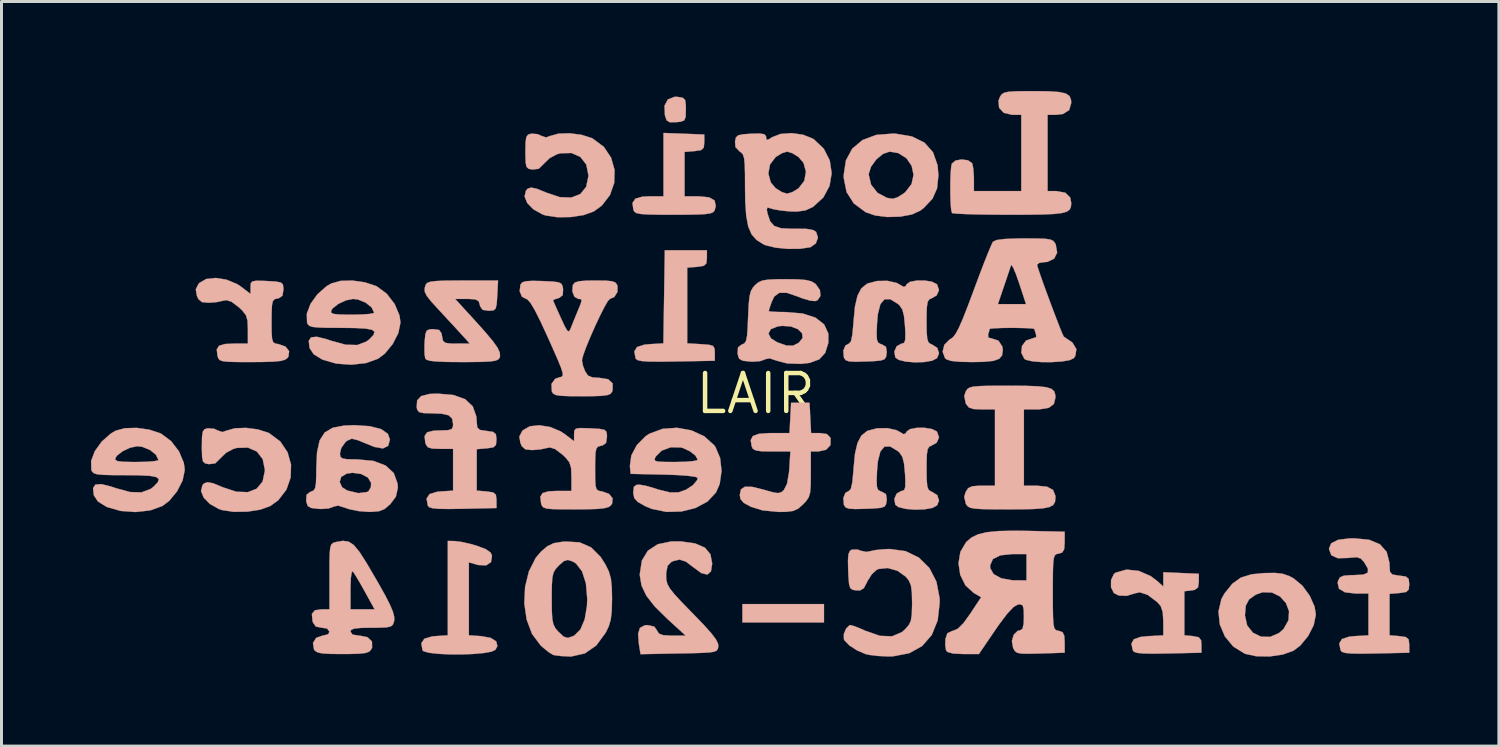
<source format=kicad_pcb>
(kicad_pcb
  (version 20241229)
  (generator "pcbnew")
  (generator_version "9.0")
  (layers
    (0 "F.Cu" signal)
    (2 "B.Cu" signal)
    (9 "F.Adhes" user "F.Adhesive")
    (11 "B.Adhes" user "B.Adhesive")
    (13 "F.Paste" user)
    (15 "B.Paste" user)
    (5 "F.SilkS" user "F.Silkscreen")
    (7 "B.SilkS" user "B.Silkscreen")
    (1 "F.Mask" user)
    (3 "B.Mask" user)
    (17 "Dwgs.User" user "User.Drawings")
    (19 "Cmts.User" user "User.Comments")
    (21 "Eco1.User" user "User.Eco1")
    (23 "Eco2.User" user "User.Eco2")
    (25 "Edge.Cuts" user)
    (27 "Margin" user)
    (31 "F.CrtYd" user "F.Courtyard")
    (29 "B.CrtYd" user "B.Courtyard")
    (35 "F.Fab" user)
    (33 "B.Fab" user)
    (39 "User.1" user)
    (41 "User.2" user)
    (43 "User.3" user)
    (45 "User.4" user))
  (footprint "LAIR"
    (layer "F.Cu")
    (at 22.283 10.147)
    (property "Reference" "LAIR" (at 0 0 0) (layer "F.SilkS") (effects (font (size 1.27 1.27) (thickness 0.15))))
    (attr through_hole)
    (fp_poly (pts (xy 2.293 7.673) (xy -0.441 7.673) (xy -0.441 7.056) (xy 2.293 7.056) (xy 2.293 7.673)) (stroke (width 0.01) (type solid)) (fill yes) (layer "B.SilkS"))
    (fp_poly (pts (xy -2.618 -9.949) (xy -2.445 -9.921) (xy -2.363 -9.846) (xy -2.339 -9.672) (xy -2.337 -9.525) (xy -2.344 -9.28) (xy -2.392 -9.161) (xy -2.519 -9.115) (xy -2.66 -9.101) (xy -2.877 -9.098) (xy -2.983 -9.163) (xy -3.04 -9.336) (xy -3.041 -9.339) (xy -3.053 -9.653) (xy -2.939 -9.864) (xy -2.715 -9.951) (xy -2.618 -9.949)) (stroke (width 0.01) (type solid)) (fill yes) (layer "B.SilkS"))
    (fp_poly (pts (xy -1.632 -4.542) (xy -1.649 -4.367) (xy -1.737 -4.285) (xy -1.946 -4.251) (xy -1.962 -4.25) (xy -2.293 -4.223) (xy -2.293 -1.685) (xy -1.83 -1.658) (xy -1.561 -1.637) (xy -1.423 -1.595) (xy -1.374 -1.504) (xy -1.367 -1.367) (xy -1.367 -1.102) (xy -2.67 -1.078) (xy -3.189 -1.071) (xy -3.557 -1.074) (xy -3.799 -1.089) (xy -3.942 -1.117) (xy -4.011 -1.162) (xy -4.022 -1.183) (xy -4.066 -1.413) (xy -3.975 -1.561) (xy -3.736 -1.64) (xy -3.551 -1.658) (xy -3.091 -1.685) (xy -3.067 -3.246) (xy -3.043 -4.807) (xy -1.632 -4.807) (xy -1.632 -4.542)) (stroke (width 0.01) (type solid)) (fill yes) (layer "B.SilkS"))
    (fp_poly (pts (xy -10.076 4.944) (xy -9.855 4.974) (xy -9.551 5.043) (xy -9.349 5.101) (xy -9.045 5.215) (xy -8.884 5.33) (xy -8.837 5.434) (xy -8.871 5.649) (xy -9.032 5.758) (xy -9.297 5.747) (xy -9.333 5.737) (xy -9.613 5.657) (xy -9.613 8.104) (xy -9.203 8.131) (xy -8.883 8.19) (xy -8.696 8.307) (xy -8.657 8.466) (xy -8.725 8.592) (xy -8.86 8.653) (xy -9.123 8.699) (xy -9.473 8.73) (xy -9.871 8.744) (xy -10.276 8.742) (xy -10.648 8.724) (xy -10.945 8.69) (xy -11.129 8.638) (xy -11.167 8.604) (xy -11.207 8.369) (xy -11.106 8.219) (xy -10.852 8.142) (xy -10.737 8.131) (xy -10.319 8.104) (xy -10.319 4.939) (xy -10.076 4.944)) (stroke (width 0.01) (type solid)) (fill yes) (layer "B.SilkS"))
    (fp_poly (pts (xy -2.403 -8.713) (xy -1.72 -8.687) (xy -1.72 -8.423) (xy -1.737 -8.247) (xy -1.825 -8.165) (xy -2.034 -8.132) (xy -2.051 -8.131) (xy -2.381 -8.103) (xy -2.381 -6.615) (xy -1.902 -6.615) (xy -1.561 -6.581) (xy -1.374 -6.476) (xy -1.334 -6.29) (xy -1.374 -6.142) (xy -1.417 -6.085) (xy -1.511 -6.045) (xy -1.685 -6.019) (xy -1.963 -6.005) (xy -2.373 -5.998) (xy -2.738 -5.997) (xy -3.246 -5.999) (xy -3.605 -6.006) (xy -3.842 -6.022) (xy -3.985 -6.05) (xy -4.06 -6.094) (xy -4.095 -6.156) (xy -4.097 -6.161) (xy -4.127 -6.392) (xy -4.03 -6.535) (xy -3.791 -6.604) (xy -3.562 -6.615) (xy -3.087 -6.615) (xy -3.087 -8.739) (xy -2.403 -8.713)) (stroke (width 0.01) (type solid)) (fill yes) (layer "B.SilkS"))
    (fp_poly (pts (xy 12.844 5.943) (xy 13.245 6.117) (xy 13.472 6.288) (xy 13.67 6.469) (xy 13.67 5.989) (xy 14.265 6.015) (xy 14.861 6.041) (xy 14.861 6.306) (xy 14.834 6.499) (xy 14.72 6.581) (xy 14.618 6.598) (xy 14.376 6.626) (xy 14.376 8.103) (xy 14.662 8.13) (xy 14.861 8.17) (xy 14.938 8.273) (xy 14.949 8.423) (xy 14.949 8.687) (xy 13.823 8.712) (xy 13.344 8.719) (xy 13.014 8.714) (xy 12.806 8.695) (xy 12.692 8.659) (xy 12.647 8.607) (xy 12.601 8.382) (xy 12.681 8.238) (xy 12.905 8.158) (xy 13.164 8.132) (xy 13.67 8.105) (xy 13.67 7.64) (xy 13.652 7.329) (xy 13.585 7.128) (xy 13.472 6.994) (xy 13.147 6.748) (xy 12.882 6.66) (xy 12.706 6.7) (xy 12.439 6.781) (xy 12.175 6.769) (xy 12.012 6.685) (xy 11.917 6.49) (xy 11.919 6.252) (xy 12.011 6.053) (xy 12.077 6) (xy 12.439 5.901) (xy 12.844 5.943)) (stroke (width 0.01) (type solid)) (fill yes) (layer "B.SilkS"))
    (fp_poly (pts (xy 4.686 -8.716) (xy 5.24 -8.623) (xy 5.662 -8.415) (xy 5.949 -8.092) (xy 6.102 -7.655) (xy 6.13 -7.32) (xy 6.085 -6.881) (xy 5.933 -6.537) (xy 5.646 -6.232) (xy 5.524 -6.136) (xy 5.237 -6.005) (xy 4.845 -5.933) (xy 4.413 -5.922) (xy 4.003 -5.974) (xy 3.689 -6.083) (xy 3.293 -6.378) (xy 3.052 -6.755) (xy 2.957 -7.227) (xy 2.955 -7.32) (xy 2.958 -7.347) (xy 3.792 -7.347) (xy 3.873 -7.004) (xy 4.089 -6.731) (xy 4.402 -6.564) (xy 4.601 -6.532) (xy 4.76 -6.582) (xy 4.969 -6.714) (xy 5.02 -6.755) (xy 5.23 -7.027) (xy 5.296 -7.335) (xy 5.233 -7.637) (xy 5.057 -7.894) (xy 4.782 -8.065) (xy 4.497 -8.114) (xy 4.274 -8.039) (xy 4.048 -7.852) (xy 3.871 -7.608) (xy 3.793 -7.363) (xy 3.792 -7.347) (xy 2.958 -7.347) (xy 3.028 -7.817) (xy 3.242 -8.214) (xy 3.586 -8.502) (xy 4.047 -8.674) (xy 4.617 -8.719) (xy 4.686 -8.716)) (stroke (width 0.01) (type solid)) (fill yes) (layer "B.SilkS"))
    (fp_poly (pts (xy 17.681 6.043) (xy 17.903 6.122) (xy 18.036 6.193) (xy 18.33 6.436) (xy 18.578 6.774) (xy 18.742 7.143) (xy 18.785 7.408) (xy 18.714 7.76) (xy 18.526 8.128) (xy 18.262 8.448) (xy 18.036 8.619) (xy 17.68 8.748) (xy 17.238 8.812) (xy 16.79 8.806) (xy 16.413 8.724) (xy 16.404 8.72) (xy 16.019 8.483) (xy 15.735 8.142) (xy 15.564 7.736) (xy 15.533 7.43) (xy 16.407 7.43) (xy 16.407 7.438) (xy 16.482 7.774) (xy 16.674 8.016) (xy 16.943 8.148) (xy 17.248 8.157) (xy 17.549 8.029) (xy 17.705 7.889) (xy 17.868 7.596) (xy 17.886 7.296) (xy 17.782 7.021) (xy 17.583 6.801) (xy 17.315 6.67) (xy 17.003 6.659) (xy 16.774 6.738) (xy 16.548 6.897) (xy 16.436 7.109) (xy 16.407 7.43) (xy 15.533 7.43) (xy 15.521 7.305) (xy 15.618 6.888) (xy 15.721 6.702) (xy 15.984 6.375) (xy 16.27 6.169) (xy 16.629 6.058) (xy 17.048 6.017) (xy 17.419 6.012) (xy 17.681 6.043)) (stroke (width 0.01) (type solid)) (fill yes) (layer "B.SilkS"))
    (fp_poly (pts (xy 1.861 1.323) (xy 2.159 1.323) (xy 2.39 1.356) (xy 2.503 1.47) (xy 2.515 1.504) (xy 2.511 1.726) (xy 2.364 1.882) (xy 2.106 1.94) (xy 1.852 1.94) (xy 1.852 2.697) (xy 1.848 3.069) (xy 1.829 3.312) (xy 1.782 3.475) (xy 1.695 3.604) (xy 1.594 3.711) (xy 1.431 3.855) (xy 1.266 3.932) (xy 1.037 3.963) (xy 0.778 3.967) (xy 0.236 3.915) (xy -0.154 3.795) (xy -0.396 3.664) (xy -0.507 3.533) (xy -0.529 3.397) (xy -0.49 3.21) (xy -0.358 3.122) (xy -0.112 3.126) (xy 0.267 3.22) (xy 0.275 3.222) (xy 0.568 3.306) (xy 0.745 3.336) (xy 0.855 3.311) (xy 0.948 3.235) (xy 1.054 3.025) (xy 1.12 2.651) (xy 1.131 2.515) (xy 1.167 1.94) (xy 0.545 1.94) (xy 0.211 1.934) (xy 0.013 1.907) (xy -0.089 1.851) (xy -0.128 1.776) (xy -0.164 1.561) (xy -0.091 1.423) (xy 0.109 1.349) (xy 0.458 1.323) (xy 0.534 1.323) (xy 1.138 1.323) (xy 1.164 0.816) (xy 1.191 0.309) (xy 1.808 0.309) (xy 1.861 1.323)) (stroke (width 0.01) (type solid)) (fill yes) (layer "B.SilkS"))
    (fp_poly (pts (xy 9.057 -0.261) (xy 9.466 -0.246) (xy 9.746 -0.214) (xy 9.921 -0.159) (xy 10.014 -0.074) (xy 10.05 0.046) (xy 10.054 0.132) (xy 10 0.35) (xy 9.826 0.478) (xy 9.511 0.528) (xy 9.419 0.529) (xy 8.996 0.529) (xy 8.996 3.087) (xy 9.419 3.087) (xy 9.768 3.12) (xy 9.973 3.229) (xy 10.052 3.426) (xy 10.054 3.484) (xy 10.04 3.627) (xy 9.982 3.731) (xy 9.856 3.802) (xy 9.639 3.847) (xy 9.306 3.87) (xy 8.834 3.88) (xy 8.496 3.881) (xy 7.981 3.879) (xy 7.614 3.873) (xy 7.368 3.858) (xy 7.213 3.831) (xy 7.123 3.789) (xy 7.069 3.726) (xy 7.05 3.693) (xy 6.995 3.464) (xy 7.045 3.296) (xy 7.128 3.169) (xy 7.264 3.106) (xy 7.507 3.087) (xy 7.583 3.087) (xy 8.026 3.087) (xy 8.026 0.529) (xy 7.583 0.529) (xy 7.308 0.517) (xy 7.152 0.466) (xy 7.062 0.356) (xy 7.045 0.32) (xy 6.996 0.079) (xy 7.05 -0.077) (xy 7.097 -0.149) (xy 7.168 -0.199) (xy 7.292 -0.233) (xy 7.496 -0.252) (xy 7.808 -0.262) (xy 8.256 -0.264) (xy 8.496 -0.265) (xy 9.057 -0.261)) (stroke (width 0.01) (type solid)) (fill yes) (layer "B.SilkS"))
    (fp_poly (pts (xy -16.688 1.2) (xy -16.343 1.31) (xy -16.309 1.326) (xy -15.936 1.604) (xy -15.691 1.968) (xy -15.575 2.383) (xy -15.588 2.813) (xy -15.731 3.222) (xy -16.003 3.575) (xy -16.272 3.769) (xy -16.61 3.891) (xy -17.042 3.958) (xy -17.493 3.964) (xy -17.886 3.905) (xy -17.992 3.87) (xy -18.297 3.699) (xy -18.504 3.487) (xy -18.593 3.266) (xy -18.546 3.069) (xy -18.489 3.009) (xy -18.375 2.97) (xy -18.189 3.006) (xy -17.893 3.127) (xy -17.866 3.139) (xy -17.41 3.29) (xy -17.024 3.304) (xy -16.724 3.187) (xy -16.528 2.946) (xy -16.453 2.588) (xy -16.452 2.558) (xy -16.524 2.197) (xy -16.722 1.941) (xy -17.02 1.81) (xy -17.389 1.82) (xy -17.508 1.853) (xy -17.756 1.985) (xy -17.944 2.168) (xy -17.946 2.171) (xy -18.117 2.339) (xy -18.328 2.365) (xy -18.455 2.34) (xy -18.526 2.277) (xy -18.557 2.134) (xy -18.565 1.867) (xy -18.565 1.764) (xy -18.56 1.454) (xy -18.535 1.278) (xy -18.477 1.195) (xy -18.372 1.163) (xy -18.362 1.162) (xy -18.149 1.18) (xy -18.037 1.234) (xy -17.874 1.289) (xy -17.739 1.241) (xy -17.456 1.162) (xy -17.083 1.149) (xy -16.688 1.2)) (stroke (width 0.01) (type solid)) (fill yes) (layer "B.SilkS"))
    (fp_poly (pts (xy -5.84 -8.678) (xy -5.495 -8.568) (xy -5.461 -8.551) (xy -5.088 -8.274) (xy -4.844 -7.91) (xy -4.727 -7.495) (xy -4.74 -7.065) (xy -4.883 -6.656) (xy -5.156 -6.303) (xy -5.424 -6.109) (xy -5.762 -5.987) (xy -6.194 -5.92) (xy -6.645 -5.914) (xy -7.038 -5.973) (xy -7.144 -6.008) (xy -7.45 -6.179) (xy -7.656 -6.391) (xy -7.745 -6.612) (xy -7.698 -6.808) (xy -7.641 -6.869) (xy -7.528 -6.908) (xy -7.341 -6.871) (xy -7.045 -6.751) (xy -7.018 -6.739) (xy -6.562 -6.587) (xy -6.176 -6.574) (xy -5.876 -6.691) (xy -5.68 -6.932) (xy -5.605 -7.29) (xy -5.604 -7.32) (xy -5.676 -7.681) (xy -5.875 -7.936) (xy -6.172 -8.068) (xy -6.541 -8.058) (xy -6.66 -8.025) (xy -6.908 -7.893) (xy -7.096 -7.71) (xy -7.098 -7.707) (xy -7.269 -7.539) (xy -7.48 -7.513) (xy -7.607 -7.537) (xy -7.678 -7.6) (xy -7.709 -7.744) (xy -7.717 -8.011) (xy -7.717 -8.114) (xy -7.712 -8.424) (xy -7.687 -8.6) (xy -7.629 -8.683) (xy -7.524 -8.715) (xy -7.514 -8.716) (xy -7.301 -8.698) (xy -7.189 -8.644) (xy -7.026 -8.589) (xy -6.891 -8.637) (xy -6.608 -8.716) (xy -6.235 -8.728) (xy -5.84 -8.678)) (stroke (width 0.01) (type solid)) (fill yes) (layer "B.SilkS"))
    (fp_poly (pts (xy -2.501 4.956) (xy -2.024 5.024) (xy -1.699 5.165) (xy -1.514 5.386) (xy -1.455 5.697) (xy -1.496 5.961) (xy -1.617 6.068) (xy -1.817 6.018) (xy -2.078 5.828) (xy -2.339 5.631) (xy -2.551 5.564) (xy -2.765 5.616) (xy -2.828 5.648) (xy -2.949 5.772) (xy -2.996 6.002) (xy -2.999 6.101) (xy -2.991 6.252) (xy -2.956 6.387) (xy -2.874 6.534) (xy -2.727 6.72) (xy -2.494 6.973) (xy -2.157 7.319) (xy -2.109 7.368) (xy -1.741 7.749) (xy -1.488 8.031) (xy -1.332 8.235) (xy -1.259 8.382) (xy -1.249 8.479) (xy -1.266 8.56) (xy -1.307 8.617) (xy -1.4 8.656) (xy -1.572 8.68) (xy -1.851 8.695) (xy -2.262 8.706) (xy -2.568 8.711) (xy -3.857 8.736) (xy -3.913 8.388) (xy -3.939 8.053) (xy -3.877 7.855) (xy -3.717 7.769) (xy -3.612 7.761) (xy -3.393 7.814) (xy -3.307 7.938) (xy -3.243 8.045) (xy -3.106 8.098) (xy -2.848 8.114) (xy -2.798 8.114) (xy -2.344 8.114) (xy -2.968 7.544) (xy -3.384 7.133) (xy -3.663 6.775) (xy -3.822 6.441) (xy -3.88 6.101) (xy -3.881 6.046) (xy -3.813 5.599) (xy -3.611 5.266) (xy -3.281 5.051) (xy -2.824 4.955) (xy -2.501 4.956)) (stroke (width 0.01) (type solid)) (fill yes) (layer "B.SilkS"))
    (fp_poly (pts (xy 9.831 -10.136) (xy 10.178 -10.112) (xy 10.4 -10.062) (xy 10.525 -9.978) (xy 10.576 -9.851) (xy 10.583 -9.745) (xy 10.514 -9.506) (xy 10.306 -9.375) (xy 10.081 -9.349) (xy 9.79 -9.349) (xy 9.79 -6.791) (xy 10.081 -6.791) (xy 10.384 -6.736) (xy 10.55 -6.572) (xy 10.583 -6.394) (xy 10.574 -6.268) (xy 10.533 -6.172) (xy 10.438 -6.102) (xy 10.269 -6.054) (xy 10.006 -6.023) (xy 9.626 -6.006) (xy 9.11 -5.999) (xy 8.508 -5.997) (xy 7.951 -6) (xy 7.456 -6.007) (xy 7.047 -6.019) (xy 6.753 -6.033) (xy 6.6 -6.05) (xy 6.585 -6.056) (xy 6.557 -6.169) (xy 6.538 -6.407) (xy 6.529 -6.721) (xy 6.529 -7.061) (xy 6.539 -7.375) (xy 6.56 -7.614) (xy 6.58 -7.71) (xy 6.701 -7.813) (xy 6.907 -7.851) (xy 7.118 -7.823) (xy 7.257 -7.729) (xy 7.267 -7.71) (xy 7.3 -7.538) (xy 7.319 -7.276) (xy 7.32 -7.181) (xy 7.32 -6.791) (xy 8.908 -6.791) (xy 8.908 -9.349) (xy 8.597 -9.349) (xy 8.324 -9.413) (xy 8.165 -9.583) (xy 8.145 -9.82) (xy 8.196 -9.955) (xy 8.251 -10.035) (xy 8.335 -10.088) (xy 8.481 -10.12) (xy 8.721 -10.136) (xy 9.089 -10.142) (xy 9.334 -10.142) (xy 9.831 -10.136)) (stroke (width 0.01) (type solid)) (fill yes) (layer "B.SilkS"))
    (fp_poly (pts (xy -10.134 0.046) (xy -9.739 0.186) (xy -9.484 0.425) (xy -9.362 0.768) (xy -9.349 0.96) (xy -9.331 1.135) (xy -9.243 1.217) (xy -9.033 1.25) (xy -9.018 1.251) (xy -8.8 1.284) (xy -8.707 1.361) (xy -8.687 1.53) (xy -8.687 1.543) (xy -8.705 1.719) (xy -8.792 1.801) (xy -9.002 1.834) (xy -9.018 1.835) (xy -9.349 1.863) (xy -9.349 3.253) (xy -9.018 3.28) (xy -8.8 3.312) (xy -8.707 3.39) (xy -8.687 3.559) (xy -8.687 3.572) (xy -8.687 3.836) (xy -9.813 3.861) (xy -10.292 3.868) (xy -10.622 3.863) (xy -10.83 3.844) (xy -10.944 3.808) (xy -10.989 3.756) (xy -11.031 3.52) (xy -10.931 3.369) (xy -10.679 3.292) (xy -10.56 3.28) (xy -10.142 3.254) (xy -10.142 1.852) (xy -10.582 1.852) (xy -10.848 1.842) (xy -10.99 1.798) (xy -11.057 1.698) (xy -11.075 1.637) (xy -11.097 1.423) (xy -11.013 1.298) (xy -10.798 1.243) (xy -10.578 1.235) (xy -10.318 1.227) (xy -10.189 1.19) (xy -10.146 1.1) (xy -10.142 1.019) (xy -10.174 0.837) (xy -10.29 0.727) (xy -10.521 0.674) (xy -10.848 0.661) (xy -11.129 0.654) (xy -11.279 0.62) (xy -11.344 0.542) (xy -11.362 0.458) (xy -11.347 0.228) (xy -11.212 0.083) (xy -10.939 0.012) (xy -10.674 0) (xy -10.134 0.046)) (stroke (width 0.01) (type solid)) (fill yes) (layer "B.SilkS"))
    (fp_poly (pts (xy -5.9 4.987) (xy -5.516 5.155) (xy -5.195 5.475) (xy -5.03 5.736) (xy -4.917 5.97) (xy -4.851 6.205) (xy -4.82 6.501) (xy -4.813 6.879) (xy -4.822 7.284) (xy -4.855 7.573) (xy -4.924 7.806) (xy -5.03 8.022) (xy -5.344 8.448) (xy -5.726 8.711) (xy -6.173 8.812) (xy -6.253 8.812) (xy -6.528 8.798) (xy -6.741 8.771) (xy -6.791 8.758) (xy -6.934 8.67) (xy -7.135 8.507) (xy -7.212 8.436) (xy -7.496 8.055) (xy -7.676 7.574) (xy -7.753 7.036) (xy -7.746 6.874) (xy -6.835 6.874) (xy -6.832 7.281) (xy -6.816 7.554) (xy -6.779 7.734) (xy -6.714 7.864) (xy -6.621 7.974) (xy -6.44 8.145) (xy -6.296 8.192) (xy -6.12 8.132) (xy -6.072 8.107) (xy -5.872 7.906) (xy -5.728 7.566) (xy -5.653 7.116) (xy -5.644 6.879) (xy -5.689 6.361) (xy -5.817 5.96) (xy -6.021 5.695) (xy -6.129 5.629) (xy -6.297 5.575) (xy -6.432 5.617) (xy -6.597 5.763) (xy -6.706 5.882) (xy -6.776 6.005) (xy -6.814 6.171) (xy -6.831 6.425) (xy -6.835 6.806) (xy -6.835 6.874) (xy -7.746 6.874) (xy -7.728 6.483) (xy -7.6 5.96) (xy -7.371 5.507) (xy -7.191 5.295) (xy -6.976 5.113) (xy -6.764 5.014) (xy -6.476 4.967) (xy -6.373 4.959) (xy -5.9 4.987)) (stroke (width 0.01) (type solid)) (fill yes) (layer "B.SilkS"))
    (fp_poly (pts (xy 20.569 4.9) (xy 20.933 5.051) (xy 21.159 5.307) (xy 21.252 5.671) (xy 21.255 5.766) (xy 21.269 5.969) (xy 21.344 6.062) (xy 21.535 6.098) (xy 21.586 6.102) (xy 21.803 6.134) (xy 21.896 6.212) (xy 21.916 6.381) (xy 21.916 6.394) (xy 21.899 6.57) (xy 21.811 6.651) (xy 21.602 6.685) (xy 21.586 6.686) (xy 21.255 6.713) (xy 21.255 8.103) (xy 21.586 8.131) (xy 21.803 8.163) (xy 21.896 8.241) (xy 21.916 8.41) (xy 21.916 8.423) (xy 21.916 8.687) (xy 20.79 8.712) (xy 20.311 8.719) (xy 19.982 8.714) (xy 19.774 8.695) (xy 19.66 8.659) (xy 19.614 8.607) (xy 19.57 8.377) (xy 19.66 8.229) (xy 19.898 8.15) (xy 20.087 8.131) (xy 20.549 8.105) (xy 20.549 6.703) (xy 20.119 6.703) (xy 19.763 6.662) (xy 19.561 6.542) (xy 19.516 6.344) (xy 19.534 6.266) (xy 19.595 6.159) (xy 19.722 6.105) (xy 19.962 6.086) (xy 20.07 6.085) (xy 20.378 6.068) (xy 20.527 6.002) (xy 20.531 5.87) (xy 20.406 5.656) (xy 20.294 5.53) (xy 20.152 5.485) (xy 19.916 5.504) (xy 19.871 5.51) (xy 19.518 5.519) (xy 19.303 5.418) (xy 19.227 5.209) (xy 19.226 5.196) (xy 19.302 5.016) (xy 19.533 4.902) (xy 19.922 4.853) (xy 20.063 4.851) (xy 20.569 4.9)) (stroke (width 0.01) (type solid)) (fill yes) (layer "B.SilkS"))
    (fp_poly (pts (xy -2.152 1.233) (xy -1.721 1.431) (xy -1.387 1.732) (xy -1.345 1.79) (xy -1.189 2.159) (xy -1.141 2.595) (xy -1.203 3.028) (xy -1.326 3.313) (xy -1.612 3.618) (xy -2.012 3.834) (xy -2.485 3.952) (xy -2.988 3.966) (xy -3.48 3.865) (xy -3.708 3.77) (xy -3.949 3.632) (xy -4.067 3.504) (xy -4.101 3.339) (xy -4.101 3.307) (xy -4.079 3.121) (xy -3.984 3.057) (xy -3.881 3.055) (xy -3.663 3.094) (xy -3.377 3.177) (xy -3.266 3.216) (xy -2.864 3.314) (xy -2.578 3.309) (xy -2.324 3.218) (xy -2.099 3.068) (xy -1.96 2.901) (xy -1.94 2.825) (xy -2.024 2.789) (xy -2.256 2.757) (xy -2.61 2.731) (xy -3.058 2.715) (xy -3.065 2.715) (xy -4.189 2.69) (xy -4.214 2.425) (xy -4.183 2.2) (xy -3.387 2.2) (xy -3.368 2.253) (xy -3.26 2.281) (xy -3.033 2.291) (xy -2.693 2.293) (xy -2.354 2.285) (xy -2.094 2.263) (xy -1.954 2.232) (xy -1.94 2.219) (xy -2.015 2.079) (xy -2.2 1.934) (xy -2.436 1.824) (xy -2.519 1.803) (xy -2.85 1.801) (xy -3.147 1.911) (xy -3.346 2.107) (xy -3.349 2.112) (xy -3.387 2.2) (xy -4.183 2.2) (xy -4.166 2.074) (xy -3.981 1.725) (xy -3.691 1.431) (xy -3.563 1.346) (xy -3.119 1.181) (xy -2.634 1.146) (xy -2.152 1.233)) (stroke (width 0.01) (type solid)) (fill yes) (layer "B.SilkS"))
    (fp_poly (pts (xy -8.661 -3.285) (xy -8.68 -3) (xy -8.716 -2.849) (xy -8.793 -2.789) (xy -8.936 -2.778) (xy -8.952 -2.778) (xy -9.151 -2.809) (xy -9.235 -2.927) (xy -9.245 -2.977) (xy -9.286 -3.1) (xy -9.395 -3.159) (xy -9.623 -3.175) (xy -9.673 -3.175) (xy -10.073 -3.175) (xy -9.424 -2.466) (xy -9.061 -2.061) (xy -8.808 -1.759) (xy -8.651 -1.538) (xy -8.576 -1.376) (xy -8.568 -1.252) (xy -8.581 -1.204) (xy -8.626 -1.145) (xy -8.723 -1.104) (xy -8.901 -1.078) (xy -9.189 -1.064) (xy -9.613 -1.059) (xy -9.834 -1.058) (xy -10.34 -1.062) (xy -10.694 -1.076) (xy -10.919 -1.101) (xy -11.04 -1.14) (xy -11.076 -1.18) (xy -11.099 -1.336) (xy -11.102 -1.592) (xy -11.096 -1.731) (xy -11.072 -1.988) (xy -11.024 -2.115) (xy -10.92 -2.157) (xy -10.804 -2.161) (xy -10.61 -2.134) (xy -10.529 -2.02) (xy -10.511 -1.918) (xy -10.482 -1.775) (xy -10.405 -1.704) (xy -10.233 -1.678) (xy -10.032 -1.676) (xy -9.58 -1.676) (xy -9.839 -1.962) (xy -10.026 -2.166) (xy -10.283 -2.444) (xy -10.559 -2.743) (xy -10.605 -2.792) (xy -10.866 -3.078) (xy -11.022 -3.273) (xy -11.092 -3.415) (xy -11.095 -3.537) (xy -11.059 -3.653) (xy -11.012 -3.71) (xy -10.905 -3.75) (xy -10.711 -3.775) (xy -10.402 -3.788) (xy -9.95 -3.792) (xy -9.82 -3.792) (xy -8.634 -3.792) (xy -8.661 -3.285)) (stroke (width 0.01) (type solid)) (fill yes) (layer "B.SilkS"))
    (fp_poly (pts (xy 5.031 5.282) (xy 5.478 5.5) (xy 5.828 5.848) (xy 6.064 6.306) (xy 6.17 6.858) (xy 6.174 6.998) (xy 6.106 7.601) (xy 5.907 8.092) (xy 5.586 8.462) (xy 5.151 8.704) (xy 4.61 8.808) (xy 4.435 8.812) (xy 4.11 8.796) (xy 3.823 8.762) (xy 3.697 8.735) (xy 3.404 8.611) (xy 3.145 8.443) (xy 2.981 8.272) (xy 2.962 8.235) (xy 2.959 8.062) (xy 3.034 7.879) (xy 3.147 7.768) (xy 3.183 7.761) (xy 3.309 7.796) (xy 3.533 7.885) (xy 3.687 7.954) (xy 4.172 8.122) (xy 4.576 8.137) (xy 4.907 7.996) (xy 5.005 7.911) (xy 5.132 7.768) (xy 5.205 7.62) (xy 5.238 7.412) (xy 5.247 7.092) (xy 5.248 7.017) (xy 5.24 6.663) (xy 5.209 6.432) (xy 5.142 6.271) (xy 5.035 6.138) (xy 4.757 5.939) (xy 4.431 5.848) (xy 4.125 5.879) (xy 4.059 5.908) (xy 3.895 6.058) (xy 3.751 6.287) (xy 3.737 6.319) (xy 3.629 6.523) (xy 3.503 6.599) (xy 3.37 6.598) (xy 3.246 6.575) (xy 3.173 6.515) (xy 3.134 6.379) (xy 3.114 6.128) (xy 3.105 5.93) (xy 3.098 5.587) (xy 3.115 5.381) (xy 3.164 5.273) (xy 3.227 5.232) (xy 3.423 5.227) (xy 3.517 5.265) (xy 3.713 5.308) (xy 3.836 5.285) (xy 4.023 5.245) (xy 4.308 5.217) (xy 4.503 5.21) (xy 5.031 5.282)) (stroke (width 0.01) (type solid)) (fill yes) (layer "B.SilkS"))
    (fp_poly (pts (xy -20.329 1.208) (xy -19.954 1.332) (xy -19.929 1.345) (xy -19.598 1.591) (xy -19.332 1.936) (xy -19.17 2.321) (xy -19.138 2.558) (xy -19.21 2.909) (xy -19.397 3.277) (xy -19.661 3.597) (xy -19.888 3.768) (xy -20.295 3.915) (xy -20.786 3.97) (xy -21.291 3.933) (xy -21.744 3.803) (xy -21.759 3.796) (xy -22.047 3.62) (xy -22.184 3.414) (xy -22.189 3.395) (xy -22.213 3.169) (xy -22.133 3.05) (xy -21.937 3.034) (xy -21.609 3.116) (xy -21.467 3.165) (xy -20.975 3.3) (xy -20.587 3.31) (xy -20.28 3.194) (xy -20.18 3.116) (xy -20.043 2.973) (xy -20.007 2.869) (xy -20.089 2.8) (xy -20.303 2.758) (xy -20.664 2.739) (xy -21.117 2.734) (xy -21.575 2.732) (xy -21.887 2.723) (xy -22.083 2.703) (xy -22.193 2.666) (xy -22.248 2.608) (xy -22.27 2.556) (xy -22.278 2.261) (xy -22.264 2.224) (xy -21.464 2.224) (xy -21.387 2.265) (xy -21.201 2.286) (xy -20.876 2.293) (xy -20.767 2.293) (xy -20.429 2.286) (xy -20.171 2.267) (xy -20.034 2.239) (xy -20.021 2.227) (xy -20.103 2.051) (xy -20.301 1.891) (xy -20.559 1.785) (xy -20.724 1.764) (xy -20.968 1.812) (xy -21.221 1.931) (xy -21.412 2.081) (xy -21.462 2.158) (xy -21.464 2.224) (xy -22.264 2.224) (xy -22.155 1.932) (xy -21.925 1.61) (xy -21.617 1.339) (xy -21.459 1.245) (xy -21.149 1.16) (xy -20.75 1.149) (xy -20.329 1.208)) (stroke (width 0.01) (type solid)) (fill yes) (layer "B.SilkS"))
    (fp_poly (pts (xy -13.097 -3.731) (xy -12.722 -3.606) (xy -12.697 -3.594) (xy -12.366 -3.348) (xy -12.1 -3.003) (xy -11.938 -2.618) (xy -11.906 -2.381) (xy -11.978 -2.03) (xy -12.166 -1.662) (xy -12.429 -1.342) (xy -12.656 -1.17) (xy -13.063 -1.024) (xy -13.554 -0.969) (xy -14.059 -1.006) (xy -14.512 -1.136) (xy -14.527 -1.143) (xy -14.815 -1.319) (xy -14.952 -1.525) (xy -14.957 -1.544) (xy -14.981 -1.77) (xy -14.902 -1.889) (xy -14.705 -1.905) (xy -14.377 -1.823) (xy -14.235 -1.774) (xy -13.743 -1.639) (xy -13.355 -1.629) (xy -13.048 -1.745) (xy -12.948 -1.823) (xy -12.811 -1.966) (xy -12.776 -2.07) (xy -12.857 -2.139) (xy -13.071 -2.18) (xy -13.432 -2.2) (xy -13.885 -2.205) (xy -14.343 -2.207) (xy -14.655 -2.216) (xy -14.851 -2.236) (xy -14.961 -2.273) (xy -15.017 -2.33) (xy -15.038 -2.383) (xy -15.046 -2.677) (xy -15.032 -2.715) (xy -14.232 -2.715) (xy -14.155 -2.674) (xy -13.969 -2.653) (xy -13.644 -2.646) (xy -13.535 -2.646) (xy -13.197 -2.653) (xy -12.939 -2.672) (xy -12.802 -2.7) (xy -12.79 -2.712) (xy -12.871 -2.888) (xy -13.069 -3.048) (xy -13.327 -3.154) (xy -13.492 -3.175) (xy -13.736 -3.127) (xy -13.989 -3.008) (xy -14.18 -2.858) (xy -14.23 -2.781) (xy -14.232 -2.715) (xy -15.032 -2.715) (xy -14.923 -3.007) (xy -14.693 -3.328) (xy -14.385 -3.6) (xy -14.227 -3.693) (xy -13.917 -3.779) (xy -13.518 -3.79) (xy -13.097 -3.731)) (stroke (width 0.01) (type solid)) (fill yes) (layer "B.SilkS"))
    (fp_poly (pts (xy -17.737 -3.82) (xy -17.386 -3.674) (xy -17.248 -3.583) (xy -16.933 -3.342) (xy -16.933 -3.572) (xy -16.925 -3.696) (xy -16.873 -3.762) (xy -16.736 -3.785) (xy -16.474 -3.779) (xy -16.382 -3.775) (xy -16.082 -3.757) (xy -15.917 -3.725) (xy -15.847 -3.659) (xy -15.831 -3.536) (xy -15.831 -3.484) (xy -15.862 -3.284) (xy -15.98 -3.2) (xy -16.029 -3.191) (xy -16.126 -3.166) (xy -16.185 -3.101) (xy -16.215 -2.958) (xy -16.226 -2.702) (xy -16.228 -2.425) (xy -16.226 -2.065) (xy -16.212 -1.845) (xy -16.176 -1.729) (xy -16.105 -1.679) (xy -15.994 -1.66) (xy -15.761 -1.577) (xy -15.64 -1.426) (xy -15.66 -1.246) (xy -15.692 -1.198) (xy -15.774 -1.137) (xy -15.921 -1.096) (xy -16.162 -1.072) (xy -16.526 -1.061) (xy -16.898 -1.058) (xy -17.352 -1.059) (xy -17.66 -1.066) (xy -17.853 -1.085) (xy -17.96 -1.121) (xy -18.013 -1.181) (xy -18.041 -1.269) (xy -18.042 -1.274) (xy -18.065 -1.482) (xy -17.988 -1.606) (xy -17.783 -1.664) (xy -17.501 -1.676) (xy -17.022 -1.676) (xy -17.022 -2.152) (xy -17.033 -2.443) (xy -17.089 -2.633) (xy -17.219 -2.797) (xy -17.337 -2.905) (xy -17.569 -3.08) (xy -17.743 -3.134) (xy -17.845 -3.116) (xy -18.068 -3.068) (xy -18.339 -3.046) (xy -18.341 -3.046) (xy -18.564 -3.069) (xy -18.684 -3.173) (xy -18.732 -3.283) (xy -18.769 -3.497) (xy -18.677 -3.677) (xy -18.647 -3.711) (xy -18.419 -3.843) (xy -18.098 -3.878) (xy -17.737 -3.82)) (stroke (width 0.01) (type solid)) (fill yes) (layer "B.SilkS"))
    (fp_poly (pts (xy -6.889 1.119) (xy -6.538 1.265) (xy -6.4 1.356) (xy -6.085 1.596) (xy -6.085 1.367) (xy -6.077 1.243) (xy -6.025 1.177) (xy -5.888 1.154) (xy -5.626 1.16) (xy -5.534 1.164) (xy -5.234 1.182) (xy -5.069 1.214) (xy -4.999 1.28) (xy -4.983 1.403) (xy -4.983 1.455) (xy -5.014 1.655) (xy -5.132 1.739) (xy -5.181 1.748) (xy -5.278 1.773) (xy -5.337 1.838) (xy -5.367 1.981) (xy -5.378 2.236) (xy -5.38 2.514) (xy -5.378 2.874) (xy -5.364 3.094) (xy -5.328 3.21) (xy -5.257 3.26) (xy -5.146 3.279) (xy -4.913 3.362) (xy -4.793 3.513) (xy -4.812 3.693) (xy -4.845 3.741) (xy -4.926 3.802) (xy -5.073 3.842) (xy -5.314 3.867) (xy -5.678 3.878) (xy -6.05 3.881) (xy -6.504 3.879) (xy -6.812 3.872) (xy -7.005 3.854) (xy -7.112 3.817) (xy -7.165 3.758) (xy -7.193 3.67) (xy -7.194 3.665) (xy -7.217 3.457) (xy -7.14 3.333) (xy -6.935 3.275) (xy -6.653 3.263) (xy -6.174 3.263) (xy -6.174 2.787) (xy -6.185 2.496) (xy -6.241 2.306) (xy -6.372 2.142) (xy -6.49 2.034) (xy -6.721 1.859) (xy -6.895 1.805) (xy -6.997 1.823) (xy -7.22 1.871) (xy -7.491 1.893) (xy -7.493 1.893) (xy -7.716 1.87) (xy -7.836 1.766) (xy -7.884 1.656) (xy -7.921 1.442) (xy -7.829 1.262) (xy -7.799 1.228) (xy -7.571 1.096) (xy -7.25 1.061) (xy -6.889 1.119)) (stroke (width 0.01) (type solid)) (fill yes) (layer "B.SilkS"))
    (fp_poly (pts (xy -12.936 1.092) (xy -12.558 1.189) (xy -12.329 1.347) (xy -12.259 1.542) (xy -12.32 1.753) (xy -12.496 1.838) (xy -12.774 1.789) (xy -12.823 1.77) (xy -13.1 1.658) (xy -13.335 1.562) (xy -13.538 1.511) (xy -13.698 1.58) (xy -13.754 1.628) (xy -13.891 1.824) (xy -13.935 1.998) (xy -13.923 2.109) (xy -13.861 2.171) (xy -13.71 2.198) (xy -13.429 2.205) (xy -13.357 2.205) (xy -12.811 2.257) (xy -12.401 2.412) (xy -12.13 2.665) (xy -12.004 3.014) (xy -11.994 3.157) (xy -12.06 3.454) (xy -12.252 3.711) (xy -12.437 3.868) (xy -12.628 3.944) (xy -12.901 3.965) (xy -12.98 3.965) (xy -13.316 3.938) (xy -13.633 3.872) (xy -13.748 3.832) (xy -13.995 3.755) (xy -14.148 3.787) (xy -14.161 3.797) (xy -14.315 3.85) (xy -14.563 3.868) (xy -14.656 3.864) (xy -14.897 3.835) (xy -15.014 3.769) (xy -15.06 3.632) (xy -15.066 3.587) (xy -15.054 3.391) (xy -14.938 3.298) (xy -14.911 3.29) (xy -14.821 3.251) (xy -14.767 3.167) (xy -14.739 3.001) (xy -14.738 2.962) (xy -13.945 2.962) (xy -13.866 3.137) (xy -13.692 3.249) (xy -13.317 3.337) (xy -13.032 3.301) (xy -12.979 3.274) (xy -12.898 3.137) (xy -12.891 2.992) (xy -12.996 2.815) (xy -13.22 2.696) (xy -13.508 2.655) (xy -13.708 2.681) (xy -13.893 2.792) (xy -13.945 2.962) (xy -14.738 2.962) (xy -14.729 2.715) (xy -14.728 2.507) (xy -14.703 1.964) (xy -14.616 1.57) (xy -14.447 1.304) (xy -14.178 1.145) (xy -13.79 1.071) (xy -13.451 1.058) (xy -12.936 1.092)) (stroke (width 0.01) (type solid)) (fill yes) (layer "B.SilkS"))
    (fp_poly (pts (xy -13.645 4.962) (xy -13.47 5.078) (xy -13.283 5.303) (xy -13.055 5.66) (xy -12.985 5.777) (xy -12.661 6.331) (xy -12.422 6.758) (xy -12.258 7.079) (xy -12.159 7.315) (xy -12.115 7.486) (xy -12.116 7.616) (xy -12.122 7.639) (xy -12.159 7.744) (xy -12.232 7.806) (xy -12.379 7.838) (xy -12.64 7.848) (xy -12.878 7.849) (xy -13.24 7.856) (xy -13.456 7.878) (xy -13.56 7.923) (xy -13.582 7.982) (xy -13.514 8.08) (xy -13.299 8.114) (xy -13.276 8.114) (xy -13.01 8.168) (xy -12.862 8.31) (xy -12.857 8.511) (xy -12.888 8.579) (xy -12.954 8.651) (xy -13.078 8.696) (xy -13.295 8.721) (xy -13.638 8.73) (xy -13.848 8.731) (xy -14.258 8.727) (xy -14.527 8.711) (xy -14.688 8.676) (xy -14.776 8.618) (xy -14.806 8.575) (xy -14.84 8.361) (xy -14.733 8.19) (xy -14.52 8.114) (xy -14.504 8.114) (xy -14.33 8.067) (xy -14.287 7.982) (xy -14.366 7.876) (xy -14.543 7.849) (xy -14.744 7.811) (xy -14.842 7.667) (xy -14.854 7.625) (xy -14.876 7.386) (xy -14.775 7.264) (xy -14.547 7.232) (xy -14.287 7.232) (xy -14.287 6.553) (xy -13.582 6.553) (xy -13.582 7.232) (xy -12.773 7.232) (xy -13.101 6.637) (xy -13.268 6.34) (xy -13.409 6.102) (xy -13.498 5.967) (xy -13.506 5.958) (xy -13.543 5.996) (xy -13.569 6.18) (xy -13.582 6.478) (xy -13.582 6.553) (xy -14.287 6.553) (xy -14.287 6.131) (xy -14.286 5.674) (xy -14.279 5.364) (xy -14.261 5.169) (xy -14.225 5.06) (xy -14.167 5.007) (xy -14.081 4.979) (xy -14.076 4.977) (xy -13.838 4.936) (xy -13.645 4.962)) (stroke (width 0.01) (type solid)) (fill yes) (layer "B.SilkS"))
    (fp_poly (pts (xy 1.416 -3.831) (xy 1.688 -3.809) (xy 1.868 -3.765) (xy 1.994 -3.69) (xy 2.023 -3.665) (xy 2.157 -3.471) (xy 2.175 -3.274) (xy 2.079 -3.133) (xy 1.999 -3.102) (xy 1.83 -3.118) (xy 1.572 -3.193) (xy 1.399 -3.26) (xy 1.043 -3.381) (xy 0.794 -3.381) (xy 0.625 -3.253) (xy 0.537 -3.07) (xy 0.471 -2.874) (xy 0.441 -2.768) (xy 0.441 -2.765) (xy 0.521 -2.749) (xy 0.732 -2.738) (xy 1.017 -2.734) (xy 1.58 -2.686) (xy 2.009 -2.547) (xy 2.298 -2.321) (xy 2.44 -2.013) (xy 2.439 -1.701) (xy 2.335 -1.366) (xy 2.136 -1.149) (xy 1.816 -1.031) (xy 1.525 -0.997) (xy 1.06 -1.011) (xy 0.716 -1.102) (xy 0.471 -1.183) (xy 0.318 -1.153) (xy 0.303 -1.142) (xy 0.149 -1.089) (xy -0.099 -1.071) (xy -0.192 -1.075) (xy -0.433 -1.104) (xy -0.551 -1.17) (xy -0.596 -1.307) (xy -0.602 -1.352) (xy -0.589 -1.55) (xy -0.473 -1.641) (xy -0.455 -1.646) (xy -0.374 -1.684) (xy -0.32 -1.77) (xy -0.286 -1.936) (xy -0.28 -2.016) (xy 0.432 -2.016) (xy 0.513 -1.855) (xy 0.728 -1.719) (xy 1.036 -1.612) (xy 1.26 -1.609) (xy 1.448 -1.704) (xy 1.577 -1.865) (xy 1.558 -2.024) (xy 1.42 -2.16) (xy 1.19 -2.25) (xy 0.896 -2.272) (xy 0.745 -2.254) (xy 0.51 -2.16) (xy 0.432 -2.016) (xy -0.28 -2.016) (xy -0.265 -2.218) (xy -0.251 -2.564) (xy -0.232 -2.976) (xy -0.204 -3.252) (xy -0.159 -3.434) (xy -0.086 -3.561) (xy -0.019 -3.636) (xy 0.094 -3.731) (xy 0.228 -3.791) (xy 0.426 -3.822) (xy 0.73 -3.835) (xy 1.008 -3.836) (xy 1.416 -3.831)) (stroke (width 0.01) (type solid)) (fill yes) (layer "B.SilkS"))
    (fp_poly (pts (xy 5.913 -3.752) (xy 6.077 -3.67) (xy 6.084 -3.661) (xy 6.151 -3.47) (xy 6.071 -3.293) (xy 5.909 -3.2) (xy 5.822 -3.16) (xy 5.769 -3.071) (xy 5.742 -2.896) (xy 5.733 -2.598) (xy 5.733 -2.425) (xy 5.737 -2.063) (xy 5.755 -1.841) (xy 5.796 -1.72) (xy 5.867 -1.664) (xy 5.909 -1.65) (xy 6.092 -1.534) (xy 6.151 -1.35) (xy 6.084 -1.19) (xy 5.927 -1.106) (xy 5.663 -1.059) (xy 5.349 -1.048) (xy 5.042 -1.072) (xy 4.8 -1.131) (xy 4.686 -1.21) (xy 4.652 -1.408) (xy 4.731 -1.587) (xy 4.888 -1.675) (xy 4.908 -1.676) (xy 4.982 -1.703) (xy 5.018 -1.808) (xy 5.022 -2.027) (xy 5.01 -2.261) (xy 4.977 -2.602) (xy 4.921 -2.819) (xy 4.824 -2.961) (xy 4.77 -3.01) (xy 4.516 -3.165) (xy 4.322 -3.163) (xy 4.185 -3.001) (xy 4.101 -2.675) (xy 4.072 -2.354) (xy 4.059 -2.018) (xy 4.068 -1.818) (xy 4.107 -1.713) (xy 4.187 -1.664) (xy 4.231 -1.651) (xy 4.37 -1.571) (xy 4.399 -1.4) (xy 4.394 -1.352) (xy 4.373 -1.226) (xy 4.319 -1.15) (xy 4.194 -1.109) (xy 3.959 -1.088) (xy 3.689 -1.077) (xy 3.342 -1.068) (xy 3.132 -1.081) (xy 3.02 -1.122) (xy 2.967 -1.198) (xy 2.96 -1.219) (xy 2.942 -1.437) (xy 3.011 -1.611) (xy 3.129 -1.676) (xy 3.195 -1.746) (xy 3.244 -1.965) (xy 3.28 -2.347) (xy 3.283 -2.403) (xy 3.332 -2.918) (xy 3.417 -3.284) (xy 3.546 -3.529) (xy 3.731 -3.679) (xy 3.762 -3.694) (xy 4.074 -3.776) (xy 4.423 -3.781) (xy 4.728 -3.712) (xy 4.822 -3.661) (xy 4.965 -3.578) (xy 5.035 -3.607) (xy 5.059 -3.661) (xy 5.175 -3.747) (xy 5.399 -3.79) (xy 5.666 -3.792) (xy 5.913 -3.752)) (stroke (width 0.01) (type solid)) (fill yes) (layer "B.SilkS"))
    (fp_poly (pts (xy 5.913 1.187) (xy 6.077 1.269) (xy 6.084 1.278) (xy 6.151 1.469) (xy 6.071 1.646) (xy 5.909 1.738) (xy 5.822 1.779) (xy 5.769 1.868) (xy 5.742 2.043) (xy 5.733 2.341) (xy 5.733 2.514) (xy 5.737 2.875) (xy 5.755 3.098) (xy 5.796 3.219) (xy 5.867 3.275) (xy 5.909 3.289) (xy 6.092 3.405) (xy 6.151 3.589) (xy 6.084 3.749) (xy 5.927 3.833) (xy 5.663 3.88) (xy 5.349 3.891) (xy 5.042 3.866) (xy 4.8 3.808) (xy 4.686 3.728) (xy 4.652 3.531) (xy 4.731 3.352) (xy 4.888 3.264) (xy 4.908 3.263) (xy 4.982 3.236) (xy 5.018 3.131) (xy 5.022 2.912) (xy 5.01 2.678) (xy 4.977 2.337) (xy 4.921 2.12) (xy 4.824 1.977) (xy 4.77 1.928) (xy 4.516 1.774) (xy 4.322 1.776) (xy 4.185 1.938) (xy 4.101 2.264) (xy 4.072 2.585) (xy 4.059 2.921) (xy 4.068 3.121) (xy 4.107 3.226) (xy 4.187 3.275) (xy 4.231 3.288) (xy 4.37 3.368) (xy 4.399 3.539) (xy 4.394 3.587) (xy 4.373 3.713) (xy 4.319 3.789) (xy 4.194 3.83) (xy 3.959 3.851) (xy 3.689 3.862) (xy 3.342 3.87) (xy 3.132 3.858) (xy 3.02 3.817) (xy 2.967 3.74) (xy 2.96 3.72) (xy 2.942 3.502) (xy 3.011 3.328) (xy 3.129 3.263) (xy 3.195 3.193) (xy 3.244 2.973) (xy 3.28 2.592) (xy 3.283 2.536) (xy 3.332 2.021) (xy 3.417 1.655) (xy 3.546 1.41) (xy 3.731 1.26) (xy 3.762 1.244) (xy 4.074 1.163) (xy 4.423 1.157) (xy 4.728 1.227) (xy 4.822 1.278) (xy 4.965 1.361) (xy 5.035 1.332) (xy 5.059 1.278) (xy 5.175 1.192) (xy 5.399 1.148) (xy 5.666 1.147) (xy 5.913 1.187)) (stroke (width 0.01) (type solid)) (fill yes) (layer "B.SilkS"))
    (fp_poly (pts (xy 1.589 -8.681) (xy 1.919 -8.55) (xy 1.949 -8.531) (xy 2.287 -8.211) (xy 2.487 -7.819) (xy 2.551 -7.391) (xy 2.48 -6.964) (xy 2.273 -6.577) (xy 1.932 -6.266) (xy 1.919 -6.257) (xy 1.672 -6.143) (xy 1.382 -6.103) (xy 1.147 -6.109) (xy 0.844 -6.139) (xy 0.596 -6.183) (xy 0.503 -6.212) (xy 0.396 -6.241) (xy 0.377 -6.161) (xy 0.403 -6.03) (xy 0.489 -5.776) (xy 0.626 -5.621) (xy 0.852 -5.545) (xy 1.204 -5.527) (xy 1.32 -5.529) (xy 1.704 -5.524) (xy 1.938 -5.482) (xy 2.029 -5.423) (xy 2.092 -5.231) (xy 2.021 -5.037) (xy 1.842 -4.91) (xy 1.827 -4.906) (xy 1.487 -4.856) (xy 1.078 -4.853) (xy 0.673 -4.893) (xy 0.343 -4.972) (xy 0.265 -5.005) (xy 0.034 -5.15) (xy -0.133 -5.339) (xy -0.246 -5.6) (xy -0.314 -5.961) (xy -0.347 -6.448) (xy -0.353 -6.898) (xy -0.355 -7.363) (xy -0.355 -7.378) (xy 0.428 -7.378) (xy 0.509 -7.081) (xy 0.673 -6.886) (xy 0.879 -6.758) (xy 1.054 -6.703) (xy 1.058 -6.703) (xy 1.231 -6.755) (xy 1.437 -6.881) (xy 1.443 -6.886) (xy 1.634 -7.135) (xy 1.689 -7.439) (xy 1.608 -7.736) (xy 1.443 -7.931) (xy 1.238 -8.059) (xy 1.062 -8.114) (xy 1.058 -8.114) (xy 0.886 -8.062) (xy 0.679 -7.936) (xy 0.673 -7.931) (xy 0.483 -7.681) (xy 0.428 -7.378) (xy -0.355 -7.378) (xy -0.364 -7.683) (xy -0.384 -7.889) (xy -0.421 -8.011) (xy -0.479 -8.082) (xy -0.534 -8.117) (xy -0.675 -8.267) (xy -0.689 -8.451) (xy -0.66 -8.585) (xy -0.585 -8.659) (xy -0.417 -8.695) (xy -0.154 -8.714) (xy 0.138 -8.72) (xy 0.293 -8.696) (xy 0.349 -8.632) (xy 0.353 -8.598) (xy 0.368 -8.507) (xy 0.446 -8.526) (xy 0.549 -8.594) (xy 0.835 -8.706) (xy 1.205 -8.734) (xy 1.589 -8.681)) (stroke (width 0.01) (type solid)) (fill yes) (layer "B.SilkS"))
    (fp_poly (pts (xy 9.128 4.603) (xy 10.363 4.63) (xy 10.363 4.983) (xy 10.347 5.216) (xy 10.282 5.327) (xy 10.164 5.364) (xy 10.087 5.381) (xy 10.033 5.424) (xy 9.998 5.522) (xy 9.978 5.7) (xy 9.969 5.988) (xy 9.966 6.412) (xy 9.966 6.659) (xy 9.967 7.154) (xy 9.973 7.501) (xy 9.987 7.726) (xy 10.015 7.857) (xy 10.059 7.922) (xy 10.126 7.947) (xy 10.164 7.953) (xy 10.294 8) (xy 10.351 8.123) (xy 10.363 8.334) (xy 10.363 8.687) (xy 9.547 8.713) (xy 9.163 8.722) (xy 8.917 8.717) (xy 8.773 8.689) (xy 8.693 8.631) (xy 8.638 8.534) (xy 8.634 8.525) (xy 8.594 8.296) (xy 8.654 8.085) (xy 8.789 7.953) (xy 8.867 7.938) (xy 8.948 7.888) (xy 8.988 7.717) (xy 8.996 7.49) (xy 8.989 7.228) (xy 8.956 7.1) (xy 8.876 7.065) (xy 8.797 7.071) (xy 8.65 7.153) (xy 8.443 7.371) (xy 8.17 7.733) (xy 8.043 7.915) (xy 7.487 8.731) (xy 6.96 8.731) (xy 6.623 8.715) (xy 6.436 8.663) (xy 6.385 8.606) (xy 6.359 8.429) (xy 6.365 8.232) (xy 6.429 8.036) (xy 6.589 7.959) (xy 6.615 7.955) (xy 6.781 7.883) (xy 6.972 7.693) (xy 7.199 7.377) (xy 7.563 6.826) (xy 7.315 6.684) (xy 7.036 6.43) (xy 6.863 6.081) (xy 6.814 5.756) (xy 7.863 5.756) (xy 7.867 5.852) (xy 7.979 6.05) (xy 8.232 6.19) (xy 8.595 6.257) (xy 8.709 6.261) (xy 9.084 6.262) (xy 9.084 5.38) (xy 8.605 5.38) (xy 8.206 5.422) (xy 7.957 5.548) (xy 7.863 5.756) (xy 6.814 5.756) (xy 6.804 5.689) (xy 6.867 5.304) (xy 7.06 4.979) (xy 7.062 4.976) (xy 7.239 4.825) (xy 7.461 4.717) (xy 7.757 4.646) (xy 8.154 4.608) (xy 8.679 4.597) (xy 9.128 4.603)) (stroke (width 0.01) (type solid)) (fill yes) (layer "B.SilkS"))
    (fp_poly (pts (xy -5.025 -3.788) (xy -4.812 -3.767) (xy -4.696 -3.722) (xy -4.64 -3.642) (xy -4.629 -3.612) (xy -4.632 -3.407) (xy -4.739 -3.237) (xy -4.887 -3.175) (xy -4.956 -3.099) (xy -5.072 -2.897) (xy -5.219 -2.606) (xy -5.38 -2.263) (xy -5.538 -1.907) (xy -5.675 -1.574) (xy -5.775 -1.303) (xy -5.82 -1.13) (xy -5.821 -1.113) (xy -5.786 -0.934) (xy -5.718 -0.754) (xy -5.623 -0.608) (xy -5.472 -0.543) (xy -5.239 -0.529) (xy -4.942 -0.482) (xy -4.792 -0.343) (xy -4.794 -0.116) (xy -4.814 -0.057) (xy -4.865 0.009) (xy -4.977 0.051) (xy -5.183 0.076) (xy -5.513 0.087) (xy -5.824 0.088) (xy -6.25 0.085) (xy -6.531 0.073) (xy -6.7 0.046) (xy -6.789 -0.001) (xy -6.83 -0.072) (xy -6.831 -0.076) (xy -6.843 -0.326) (xy -6.718 -0.497) (xy -6.576 -0.546) (xy -6.504 -0.563) (xy -6.466 -0.605) (xy -6.469 -0.695) (xy -6.519 -0.859) (xy -6.624 -1.118) (xy -6.79 -1.496) (xy -6.958 -1.872) (xy -7.208 -2.414) (xy -7.403 -2.802) (xy -7.55 -3.047) (xy -7.655 -3.161) (xy -7.689 -3.173) (xy -7.834 -3.25) (xy -7.909 -3.431) (xy -7.885 -3.649) (xy -7.885 -3.651) (xy -7.828 -3.727) (xy -7.705 -3.768) (xy -7.479 -3.781) (xy -7.155 -3.774) (xy -6.815 -3.758) (xy -6.613 -3.734) (xy -6.51 -3.685) (xy -6.468 -3.597) (xy -6.454 -3.499) (xy -6.465 -3.302) (xy -6.581 -3.21) (xy -6.608 -3.202) (xy -6.754 -3.155) (xy -6.791 -3.133) (xy -6.757 -3.048) (xy -6.668 -2.845) (xy -6.543 -2.568) (xy -6.534 -2.548) (xy -6.399 -2.259) (xy -6.314 -2.111) (xy -6.258 -2.084) (xy -6.211 -2.156) (xy -6.192 -2.205) (xy -6.101 -2.433) (xy -5.986 -2.713) (xy -5.964 -2.767) (xy -5.865 -3.008) (xy -5.832 -3.129) (xy -5.862 -3.17) (xy -5.947 -3.175) (xy -6.075 -3.25) (xy -6.144 -3.427) (xy -6.127 -3.635) (xy -6.122 -3.648) (xy -6.06 -3.723) (xy -5.92 -3.768) (xy -5.668 -3.788) (xy -5.376 -3.792) (xy -5.025 -3.788)) (stroke (width 0.01) (type solid)) (fill yes) (layer "B.SilkS"))
    (fp_poly (pts (xy 9.432 -5.202) (xy 9.712 -5.191) (xy 9.885 -5.166) (xy 9.983 -5.119) (xy 10.041 -5.044) (xy 10.065 -4.994) (xy 10.111 -4.729) (xy 10.009 -4.523) (xy 9.784 -4.416) (xy 9.698 -4.41) (xy 9.514 -4.384) (xy 9.437 -4.322) (xy 9.437 -4.322) (xy 9.466 -4.215) (xy 9.544 -3.983) (xy 9.657 -3.663) (xy 9.793 -3.291) (xy 9.937 -2.903) (xy 10.077 -2.535) (xy 10.198 -2.223) (xy 10.288 -2.003) (xy 10.333 -1.911) (xy 10.333 -1.911) (xy 10.623 -1.712) (xy 10.755 -1.491) (xy 10.721 -1.265) (xy 10.667 -1.186) (xy 10.526 -1.121) (xy 10.263 -1.077) (xy 9.932 -1.056) (xy 9.587 -1.057) (xy 9.281 -1.083) (xy 9.067 -1.132) (xy 9.013 -1.164) (xy 8.908 -1.372) (xy 8.933 -1.597) (xy 9.066 -1.777) (xy 9.283 -1.852) (xy 9.287 -1.852) (xy 9.409 -1.895) (xy 9.402 -1.992) (xy 9.355 -2.132) (xy 9.349 -2.168) (xy 9.267 -2.185) (xy 9.05 -2.197) (xy 8.737 -2.204) (xy 8.599 -2.205) (xy 8.26 -2.201) (xy 8.001 -2.19) (xy 7.862 -2.175) (xy 7.849 -2.168) (xy 7.822 -2.064) (xy 7.796 -1.992) (xy 7.803 -1.877) (xy 7.91 -1.852) (xy 8.143 -1.776) (xy 8.274 -1.576) (xy 8.29 -1.455) (xy 8.264 -1.282) (xy 8.167 -1.166) (xy 7.971 -1.098) (xy 7.65 -1.065) (xy 7.269 -1.058) (xy 6.84 -1.067) (xy 6.559 -1.096) (xy 6.398 -1.149) (xy 6.354 -1.186) (xy 6.272 -1.404) (xy 6.329 -1.636) (xy 6.504 -1.812) (xy 6.527 -1.824) (xy 6.618 -1.889) (xy 6.712 -2.012) (xy 6.82 -2.215) (xy 6.953 -2.52) (xy 7.121 -2.949) (xy 7.14 -2.999) (xy 8.124 -2.999) (xy 9.068 -2.999) (xy 8.835 -3.709) (xy 8.727 -4.014) (xy 8.637 -4.226) (xy 8.577 -4.313) (xy 8.565 -4.305) (xy 8.519 -4.167) (xy 8.435 -3.916) (xy 8.33 -3.605) (xy 8.326 -3.594) (xy 8.124 -2.999) (xy 7.14 -2.999) (xy 7.311 -3.456) (xy 7.494 -3.948) (xy 7.662 -4.387) (xy 7.804 -4.743) (xy 7.907 -4.988) (xy 7.96 -5.093) (xy 8.083 -5.15) (xy 8.355 -5.185) (xy 8.786 -5.202) (xy 9.009 -5.203) (xy 9.432 -5.202)) (stroke (width 0.01) (type solid)) (fill yes) (layer "B.SilkS")))
  (gr_rect
    (start -3 -3)
    (end 47.205 21.965)
    (stroke (width 0.1) (type default))
    (fill no)
    (layer "Edge.Cuts")))
</source>
